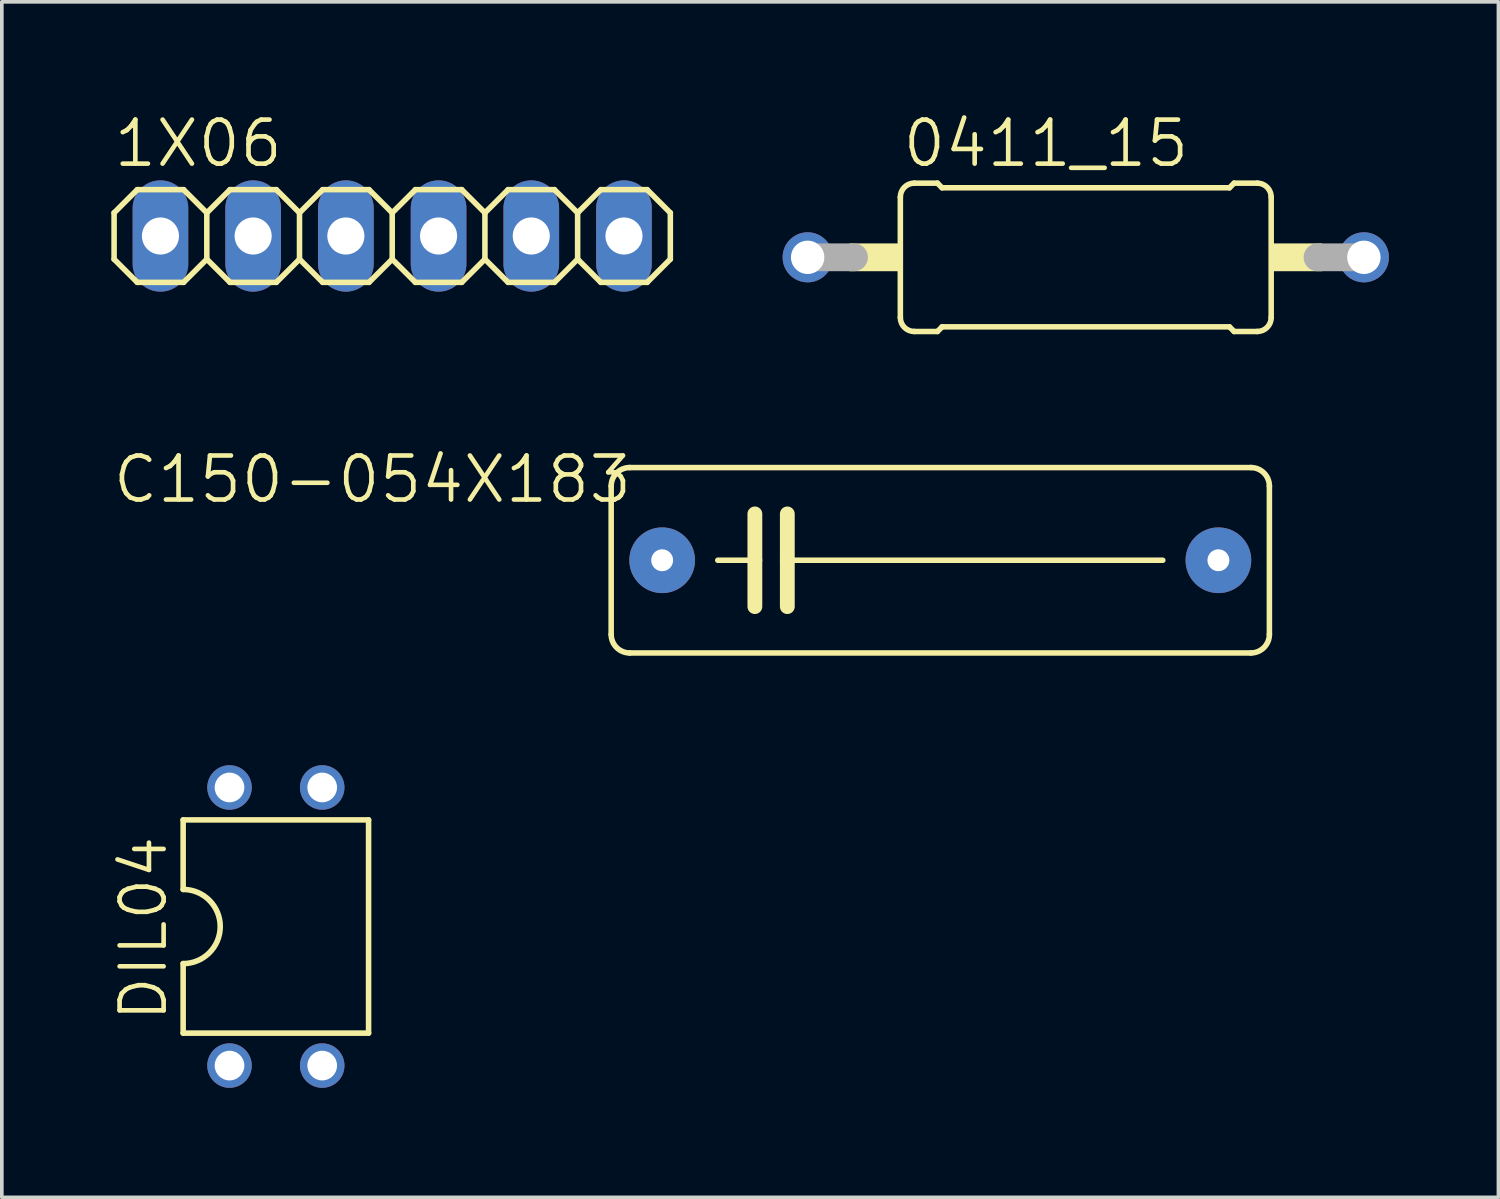
<source format=kicad_pcb>
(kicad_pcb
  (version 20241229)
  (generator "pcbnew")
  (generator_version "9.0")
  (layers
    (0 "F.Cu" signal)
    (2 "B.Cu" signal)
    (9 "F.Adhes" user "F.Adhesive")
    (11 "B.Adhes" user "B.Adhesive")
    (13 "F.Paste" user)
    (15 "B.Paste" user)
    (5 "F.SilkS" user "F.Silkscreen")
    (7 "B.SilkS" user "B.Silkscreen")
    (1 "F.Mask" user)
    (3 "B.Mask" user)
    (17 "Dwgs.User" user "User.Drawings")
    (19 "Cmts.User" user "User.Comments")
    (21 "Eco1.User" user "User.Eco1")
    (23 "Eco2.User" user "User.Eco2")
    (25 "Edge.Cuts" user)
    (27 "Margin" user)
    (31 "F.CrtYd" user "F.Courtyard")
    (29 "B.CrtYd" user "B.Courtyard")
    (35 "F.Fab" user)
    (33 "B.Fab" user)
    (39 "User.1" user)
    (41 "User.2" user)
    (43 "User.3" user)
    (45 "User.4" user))
  (footprint "0411_15"
    (layer "F.Cu")
    (at 26.698 4)
    (property "Reference" "0411_15" (at -5.08 -2.413 0) (layer "F.SilkS") (effects (font (size 1.206 1.206) (thickness 0.127)) (justify left bottom)))
    (attr through_hole)
    (fp_line (start -5.08 -1.651) (end -5.08 1.651) (stroke (width 0.152) (type solid)) (layer "F.SilkS"))
    (fp_line (start -4.699 -2.032) (end -4.064 -2.032) (stroke (width 0.152) (type solid)) (layer "F.SilkS"))
    (fp_line (start -4.699 2.032) (end -4.064 2.032) (stroke (width 0.152) (type solid)) (layer "F.SilkS"))
    (fp_line (start -3.937 -1.905) (end -4.064 -2.032) (stroke (width 0.152) (type solid)) (layer "F.SilkS"))
    (fp_line (start -3.937 -1.905) (end 3.937 -1.905) (stroke (width 0.152) (type solid)) (layer "F.SilkS"))
    (fp_line (start -3.937 1.905) (end -4.064 2.032) (stroke (width 0.152) (type solid)) (layer "F.SilkS"))
    (fp_line (start -3.937 1.905) (end 3.937 1.905) (stroke (width 0.152) (type solid)) (layer "F.SilkS"))
    (fp_line (start 3.937 -1.905) (end 4.064 -2.032) (stroke (width 0.152) (type solid)) (layer "F.SilkS"))
    (fp_line (start 3.937 1.905) (end 4.064 2.032) (stroke (width 0.152) (type solid)) (layer "F.SilkS"))
    (fp_line (start 4.699 -2.032) (end 4.064 -2.032) (stroke (width 0.152) (type solid)) (layer "F.SilkS"))
    (fp_line (start 4.699 2.032) (end 4.064 2.032) (stroke (width 0.152) (type solid)) (layer "F.SilkS"))
    (fp_line (start 5.08 1.651) (end 5.08 -1.651) (stroke (width 0.152) (type solid)) (layer "F.SilkS"))
    (fp_arc (start -5.08 -1.651) (mid -4.968408 -1.920408) (end -4.699 -2.032) (stroke (width 0.1524) (type solid)) (layer "F.SilkS"))
    (fp_arc (start -4.699 2.032) (mid -4.968408 1.920408) (end -5.08 1.651) (stroke (width 0.1524) (type solid)) (layer "F.SilkS"))
    (fp_arc (start 4.699 -2.032) (mid 4.968408 -1.920408) (end 5.08 -1.651) (stroke (width 0.1524) (type solid)) (layer "F.SilkS"))
    (fp_arc (start 5.08 1.651) (mid 4.968408 1.920408) (end 4.699 2.032) (stroke (width 0.1524) (type solid)) (layer "F.SilkS"))
    (fp_poly (pts (xy -6.477 0.381) (xy -5.08 0.381) (xy -5.08 -0.381) (xy -6.477 -0.381)) (stroke (width 0) (type solid)) (fill yes) (layer "F.SilkS"))
    (fp_poly (pts (xy 5.08 0.381) (xy 6.477 0.381) (xy 6.477 -0.381) (xy 5.08 -0.381)) (stroke (width 0) (type solid)) (fill yes) (layer "F.SilkS"))
    (fp_line (start -7.62 0) (end -6.35 0) (stroke (width 0.762) (type solid)) (layer "F.Fab"))
    (fp_line (start 6.35 0) (end 7.62 0) (stroke (width 0.762) (type solid)) (layer "F.Fab"))
    (pad "1" thru_hole circle (at -7.62 0) (size 1.372 1.372) (drill 0.914) (layers "*.Cu" "*.Mask"))
    (pad "2" thru_hole circle (at 7.62 0) (size 1.372 1.372) (drill 0.914) (layers "*.Cu" "*.Mask")))
  (footprint "1X06"
    (layer "F.Cu")
    (at 7.696 3.416)
    (property "Reference" "1X06" (at -7.696 -1.829 0) (layer "F.SilkS") (effects (font (size 1.206 1.206) (thickness 0.127)) (justify left bottom)))
    (attr through_hole)
    (fp_line (start -7.62 -0.635) (end -7.62 0.635) (stroke (width 0.152) (type solid)) (layer "F.SilkS"))
    (fp_line (start -7.62 0.635) (end -6.985 1.27) (stroke (width 0.152) (type solid)) (layer "F.SilkS"))
    (fp_line (start -6.985 -1.27) (end -7.62 -0.635) (stroke (width 0.152) (type solid)) (layer "F.SilkS"))
    (fp_line (start -6.985 -1.27) (end -5.715 -1.27) (stroke (width 0.152) (type solid)) (layer "F.SilkS"))
    (fp_line (start -5.715 -1.27) (end -5.08 -0.635) (stroke (width 0.152) (type solid)) (layer "F.SilkS"))
    (fp_line (start -5.715 1.27) (end -6.985 1.27) (stroke (width 0.152) (type solid)) (layer "F.SilkS"))
    (fp_line (start -5.08 -0.635) (end -5.08 0.635) (stroke (width 0.152) (type solid)) (layer "F.SilkS"))
    (fp_line (start -5.08 -0.635) (end -4.445 -1.27) (stroke (width 0.152) (type solid)) (layer "F.SilkS"))
    (fp_line (start -5.08 0.635) (end -5.715 1.27) (stroke (width 0.152) (type solid)) (layer "F.SilkS"))
    (fp_line (start -4.445 -1.27) (end -3.175 -1.27) (stroke (width 0.152) (type solid)) (layer "F.SilkS"))
    (fp_line (start -4.445 1.27) (end -5.08 0.635) (stroke (width 0.152) (type solid)) (layer "F.SilkS"))
    (fp_line (start -3.175 -1.27) (end -2.54 -0.635) (stroke (width 0.152) (type solid)) (layer "F.SilkS"))
    (fp_line (start -3.175 1.27) (end -4.445 1.27) (stroke (width 0.152) (type solid)) (layer "F.SilkS"))
    (fp_line (start -2.54 -0.635) (end -2.54 0.635) (stroke (width 0.152) (type solid)) (layer "F.SilkS"))
    (fp_line (start -2.54 -0.635) (end -1.905 -1.27) (stroke (width 0.152) (type solid)) (layer "F.SilkS"))
    (fp_line (start -2.54 0.635) (end -3.175 1.27) (stroke (width 0.152) (type solid)) (layer "F.SilkS"))
    (fp_line (start -1.905 -1.27) (end -0.635 -1.27) (stroke (width 0.152) (type solid)) (layer "F.SilkS"))
    (fp_line (start -1.905 1.27) (end -2.54 0.635) (stroke (width 0.152) (type solid)) (layer "F.SilkS"))
    (fp_line (start -0.635 -1.27) (end 0 -0.635) (stroke (width 0.152) (type solid)) (layer "F.SilkS"))
    (fp_line (start -0.635 1.27) (end -1.905 1.27) (stroke (width 0.152) (type solid)) (layer "F.SilkS"))
    (fp_line (start 0 -0.635) (end 0 0.635) (stroke (width 0.152) (type solid)) (layer "F.SilkS"))
    (fp_line (start 0 0.635) (end -0.635 1.27) (stroke (width 0.152) (type solid)) (layer "F.SilkS"))
    (fp_line (start 0 0.635) (end 0.635 1.27) (stroke (width 0.152) (type solid)) (layer "F.SilkS"))
    (fp_line (start 0.635 -1.27) (end 0 -0.635) (stroke (width 0.152) (type solid)) (layer "F.SilkS"))
    (fp_line (start 0.635 -1.27) (end 1.905 -1.27) (stroke (width 0.152) (type solid)) (layer "F.SilkS"))
    (fp_line (start 1.905 -1.27) (end 2.54 -0.635) (stroke (width 0.152) (type solid)) (layer "F.SilkS"))
    (fp_line (start 1.905 1.27) (end 0.635 1.27) (stroke (width 0.152) (type solid)) (layer "F.SilkS"))
    (fp_line (start 2.54 -0.635) (end 2.54 0.635) (stroke (width 0.152) (type solid)) (layer "F.SilkS"))
    (fp_line (start 2.54 -0.635) (end 3.175 -1.27) (stroke (width 0.152) (type solid)) (layer "F.SilkS"))
    (fp_line (start 2.54 0.635) (end 1.905 1.27) (stroke (width 0.152) (type solid)) (layer "F.SilkS"))
    (fp_line (start 3.175 -1.27) (end 4.445 -1.27) (stroke (width 0.152) (type solid)) (layer "F.SilkS"))
    (fp_line (start 3.175 1.27) (end 2.54 0.635) (stroke (width 0.152) (type solid)) (layer "F.SilkS"))
    (fp_line (start 4.445 -1.27) (end 5.08 -0.635) (stroke (width 0.152) (type solid)) (layer "F.SilkS"))
    (fp_line (start 4.445 1.27) (end 3.175 1.27) (stroke (width 0.152) (type solid)) (layer "F.SilkS"))
    (fp_line (start 5.08 -0.635) (end 5.08 0.635) (stroke (width 0.152) (type solid)) (layer "F.SilkS"))
    (fp_line (start 5.08 0.635) (end 4.445 1.27) (stroke (width 0.152) (type solid)) (layer "F.SilkS"))
    (fp_line (start 5.08 0.635) (end 5.715 1.27) (stroke (width 0.152) (type solid)) (layer "F.SilkS"))
    (fp_line (start 5.715 -1.27) (end 5.08 -0.635) (stroke (width 0.152) (type solid)) (layer "F.SilkS"))
    (fp_line (start 5.715 -1.27) (end 6.985 -1.27) (stroke (width 0.152) (type solid)) (layer "F.SilkS"))
    (fp_line (start 6.985 -1.27) (end 7.62 -0.635) (stroke (width 0.152) (type solid)) (layer "F.SilkS"))
    (fp_line (start 6.985 1.27) (end 5.715 1.27) (stroke (width 0.152) (type solid)) (layer "F.SilkS"))
    (fp_line (start 7.62 -0.635) (end 7.62 0.635) (stroke (width 0.152) (type solid)) (layer "F.SilkS"))
    (fp_line (start 7.62 0.635) (end 6.985 1.27) (stroke (width 0.152) (type solid)) (layer "F.SilkS"))
    (fp_poly (pts (xy -6.604 0.254) (xy -6.096 0.254) (xy -6.096 -0.254) (xy -6.604 -0.254)) (stroke (width 0.1) (type solid)) (fill no) (layer "F.Fab"))
    (fp_poly (pts (xy -4.064 0.254) (xy -3.556 0.254) (xy -3.556 -0.254) (xy -4.064 -0.254)) (stroke (width 0.1) (type solid)) (fill no) (layer "F.Fab"))
    (fp_poly (pts (xy -1.524 0.254) (xy -1.016 0.254) (xy -1.016 -0.254) (xy -1.524 -0.254)) (stroke (width 0.1) (type solid)) (fill no) (layer "F.Fab"))
    (fp_poly (pts (xy 1.016 0.254) (xy 1.524 0.254) (xy 1.524 -0.254) (xy 1.016 -0.254)) (stroke (width 0.1) (type solid)) (fill no) (layer "F.Fab"))
    (fp_poly (pts (xy 3.556 0.254) (xy 4.064 0.254) (xy 4.064 -0.254) (xy 3.556 -0.254)) (stroke (width 0.1) (type solid)) (fill no) (layer "F.Fab"))
    (fp_poly (pts (xy 6.096 0.254) (xy 6.604 0.254) (xy 6.604 -0.254) (xy 6.096 -0.254)) (stroke (width 0.1) (type solid)) (fill no) (layer "F.Fab"))
    (pad "1" thru_hole oval (at -6.35 0 90) (size 3.048 1.524) (drill 1.016) (layers "*.Cu" "*.Mask"))
    (pad "2" thru_hole oval (at -3.81 0 90) (size 3.048 1.524) (drill 1.016) (layers "*.Cu" "*.Mask"))
    (pad "3" thru_hole oval (at -1.27 0 90) (size 3.048 1.524) (drill 1.016) (layers "*.Cu" "*.Mask"))
    (pad "4" thru_hole oval (at 1.27 0 90) (size 3.048 1.524) (drill 1.016) (layers "*.Cu" "*.Mask"))
    (pad "5" thru_hole oval (at 3.81 0 90) (size 3.048 1.524) (drill 1.016) (layers "*.Cu" "*.Mask"))
    (pad "6" thru_hole oval (at 6.35 0 90) (size 3.048 1.524) (drill 1.016) (layers "*.Cu" "*.Mask")))
  (footprint "DIL04"
    (layer "F.Cu")
    (at 4.508 22.335)
    (property "Reference" "DIL04" (at -2.921 2.667 90) (layer "F.SilkS") (effects (font (size 1.206 1.206) (thickness 0.127)) (justify left bottom)))
    (attr through_hole)
    (fp_line (start -2.54 -2.921) (end -2.54 -1.016) (stroke (width 0.152) (type solid)) (layer "F.SilkS"))
    (fp_line (start -2.54 2.921) (end -2.54 1.016) (stroke (width 0.152) (type solid)) (layer "F.SilkS"))
    (fp_line (start -2.54 2.921) (end 2.54 2.921) (stroke (width 0.152) (type solid)) (layer "F.SilkS"))
    (fp_line (start 2.54 -2.921) (end -2.54 -2.921) (stroke (width 0.152) (type solid)) (layer "F.SilkS"))
    (fp_line (start 2.54 -2.921) (end 2.54 2.921) (stroke (width 0.152) (type solid)) (layer "F.SilkS"))
    (fp_arc (start -2.54 -1.016) (mid -1.524 0) (end -2.54 1.016) (stroke (width 0.1524) (type solid)) (layer "F.SilkS"))
    (pad "1" thru_hole circle (at -1.27 3.81 270) (size 1.219 1.219) (drill 0.813) (layers "*.Cu" "*.Mask"))
    (pad "2" thru_hole circle (at 1.27 3.81 270) (size 1.219 1.219) (drill 0.813) (layers "*.Cu" "*.Mask"))
    (pad "3" thru_hole circle (at 1.27 -3.81 90) (size 1.219 1.219) (drill 0.813) (layers "*.Cu" "*.Mask"))
    (pad "4" thru_hole circle (at -1.27 -3.81 90) (size 1.219 1.219) (drill 0.813) (layers "*.Cu" "*.Mask")))
  (footprint "C150-054X183"
    (layer "F.Cu")
    (at 22.712 12.3)
    (property "Reference" "C150-054X183" (at -8.382 -2.921 0) (layer "F.SilkS") (effects (font (size 1.206 1.206) (thickness 0.127)) (justify right top)))
    (attr through_hole)
    (fp_line (start -9.017 2.032) (end -9.017 -2.032) (stroke (width 0.152) (type solid)) (layer "F.SilkS"))
    (fp_line (start -8.509 -2.54) (end 8.509 -2.54) (stroke (width 0.152) (type solid)) (layer "F.SilkS"))
    (fp_line (start -5.08 -1.27) (end -5.08 0) (stroke (width 0.406) (type solid)) (layer "F.SilkS"))
    (fp_line (start -5.08 0) (end -6.096 0) (stroke (width 0.152) (type solid)) (layer "F.SilkS"))
    (fp_line (start -5.08 0) (end -5.08 1.27) (stroke (width 0.406) (type solid)) (layer "F.SilkS"))
    (fp_line (start -4.191 -1.27) (end -4.191 0) (stroke (width 0.406) (type solid)) (layer "F.SilkS"))
    (fp_line (start -4.191 0) (end -4.191 1.27) (stroke (width 0.406) (type solid)) (layer "F.SilkS"))
    (fp_line (start -4.191 0) (end 6.096 0) (stroke (width 0.152) (type solid)) (layer "F.SilkS"))
    (fp_line (start 8.509 2.54) (end -8.509 2.54) (stroke (width 0.152) (type solid)) (layer "F.SilkS"))
    (fp_line (start 9.017 -2.032) (end 9.017 2.032) (stroke (width 0.152) (type solid)) (layer "F.SilkS"))
    (fp_arc (start -9.017 -2.032) (mid -8.86821 -2.39121) (end -8.509 -2.54) (stroke (width 0.1524) (type solid)) (layer "F.SilkS"))
    (fp_arc (start -8.509 2.54) (mid -8.86821 2.39121) (end -9.017 2.032) (stroke (width 0.1524) (type solid)) (layer "F.SilkS"))
    (fp_arc (start 8.509 -2.54) (mid 8.86821 -2.39121) (end 9.017 -2.032) (stroke (width 0.1524) (type solid)) (layer "F.SilkS"))
    (fp_arc (start 9.017 2.032) (mid 8.86821 2.39121) (end 8.509 2.54) (stroke (width 0.1524) (type solid)) (layer "F.SilkS"))
    (pad "1" thru_hole circle (at -7.62 0) (size 1.8 1.8) (drill 0.6) (layers "*.Cu" "*.Mask"))
    (pad "2" thru_hole circle (at 7.62 0) (size 1.8 1.8) (drill 0.6) (layers "*.Cu" "*.Mask")))
  (gr_rect
    (start -3 -3)
    (end 38.004 29.755)
    (stroke (width 0.1) (type default))
    (fill no)
    (layer "Edge.Cuts")))
</source>
